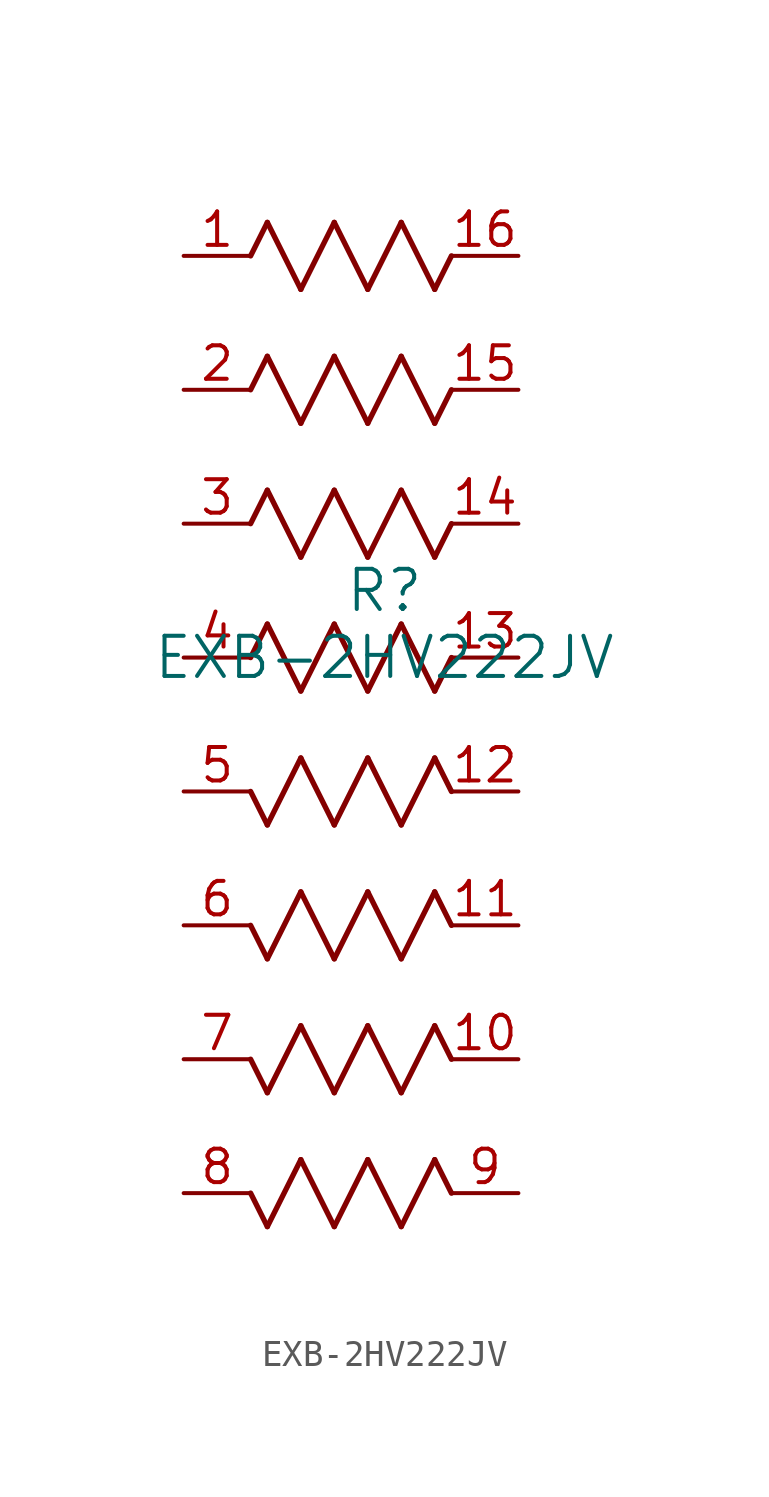
<source format=kicad_sym>
(kicad_symbol_lib
  (version 20211014)
  (generator kicad_symbol_editor)
  (symbol "EXB-2HV222JV"
    (pin_names
      (offset 0.254))
    (property "Reference" "R"
      (at 7.62 -12.7 0)
      (effects (font (size 1.524 1.524))))
    (property "Value" "EXB-2HV222JV"
      (at 7.62 -15.24 0)
      (effects (font (size 1.524 1.524))))
    (symbol "EXB-2HV222JV_0_1"
      (polyline (pts (xy 3.175 1.27) (xy 4.445 -1.27)) (stroke (width 0.203) (type default) (color 0 0 0 0)) (fill (type none)))
      (polyline (pts (xy 4.445 -1.27) (xy 5.715 1.27)) (stroke (width 0.203) (type default) (color 0 0 0 0)) (fill (type none)))
      (polyline (pts (xy 5.715 1.27) (xy 6.985 -1.27)) (stroke (width 0.203) (type default) (color 0 0 0 0)) (fill (type none)))
      (polyline (pts (xy 6.985 -1.27) (xy 8.255 1.27)) (stroke (width 0.203) (type default) (color 0 0 0 0)) (fill (type none)))
      (polyline (pts (xy 8.255 1.27) (xy 9.525 -1.27)) (stroke (width 0.203) (type default) (color 0 0 0 0)) (fill (type none)))
      (polyline (pts (xy 2.54 0) (xy 3.175 1.27)) (stroke (width 0.203) (type default) (color 0 0 0 0)) (fill (type none)))
      (polyline (pts (xy 9.525 -1.27) (xy 10.16 0)) (stroke (width 0.203) (type default) (color 0 0 0 0)) (fill (type none)))
      (polyline (pts (xy 3.175 -3.81) (xy 4.445 -6.35)) (stroke (width 0.203) (type default) (color 0 0 0 0)) (fill (type none)))
      (polyline (pts (xy 4.445 -6.35) (xy 5.715 -3.81)) (stroke (width 0.203) (type default) (color 0 0 0 0)) (fill (type none)))
      (polyline (pts (xy 5.715 -3.81) (xy 6.985 -6.35)) (stroke (width 0.203) (type default) (color 0 0 0 0)) (fill (type none)))
      (polyline (pts (xy 6.985 -6.35) (xy 8.255 -3.81)) (stroke (width 0.203) (type default) (color 0 0 0 0)) (fill (type none)))
      (polyline (pts (xy 8.255 -3.81) (xy 9.525 -6.35)) (stroke (width 0.203) (type default) (color 0 0 0 0)) (fill (type none)))
      (polyline (pts (xy 2.54 -5.08) (xy 3.175 -3.81)) (stroke (width 0.203) (type default) (color 0 0 0 0)) (fill (type none)))
      (polyline (pts (xy 9.525 -6.35) (xy 10.16 -5.08)) (stroke (width 0.203) (type default) (color 0 0 0 0)) (fill (type none)))
      (polyline (pts (xy 3.175 -8.89) (xy 4.445 -11.43)) (stroke (width 0.203) (type default) (color 0 0 0 0)) (fill (type none)))
      (polyline (pts (xy 4.445 -11.43) (xy 5.715 -8.89)) (stroke (width 0.203) (type default) (color 0 0 0 0)) (fill (type none)))
      (polyline (pts (xy 5.715 -8.89) (xy 6.985 -11.43)) (stroke (width 0.203) (type default) (color 0 0 0 0)) (fill (type none)))
      (polyline (pts (xy 6.985 -11.43) (xy 8.255 -8.89)) (stroke (width 0.203) (type default) (color 0 0 0 0)) (fill (type none)))
      (polyline (pts (xy 8.255 -8.89) (xy 9.525 -11.43)) (stroke (width 0.203) (type default) (color 0 0 0 0)) (fill (type none)))
      (polyline (pts (xy 2.54 -10.16) (xy 3.175 -8.89)) (stroke (width 0.203) (type default) (color 0 0 0 0)) (fill (type none)))
      (polyline (pts (xy 9.525 -11.43) (xy 10.16 -10.16)) (stroke (width 0.203) (type default) (color 0 0 0 0)) (fill (type none)))
      (polyline (pts (xy 3.175 -13.97) (xy 4.445 -16.51)) (stroke (width 0.203) (type default) (color 0 0 0 0)) (fill (type none)))
      (polyline (pts (xy 4.445 -16.51) (xy 5.715 -13.97)) (stroke (width 0.203) (type default) (color 0 0 0 0)) (fill (type none)))
      (polyline (pts (xy 5.715 -13.97) (xy 6.985 -16.51)) (stroke (width 0.203) (type default) (color 0 0 0 0)) (fill (type none)))
      (polyline (pts (xy 6.985 -16.51) (xy 8.255 -13.97)) (stroke (width 0.203) (type default) (color 0 0 0 0)) (fill (type none)))
      (polyline (pts (xy 8.255 -13.97) (xy 9.525 -16.51)) (stroke (width 0.203) (type default) (color 0 0 0 0)) (fill (type none)))
      (polyline (pts (xy 2.54 -15.24) (xy 3.175 -13.97)) (stroke (width 0.203) (type default) (color 0 0 0 0)) (fill (type none)))
      (polyline (pts (xy 9.525 -16.51) (xy 10.16 -15.24)) (stroke (width 0.203) (type default) (color 0 0 0 0)) (fill (type none)))
      (polyline (pts (xy 9.525 -34.29) (xy 8.255 -36.83)) (stroke (width 0.203) (type default) (color 0 0 0 0)) (fill (type none)))
      (polyline (pts (xy 8.255 -36.83) (xy 6.985 -34.29)) (stroke (width 0.203) (type default) (color 0 0 0 0)) (fill (type none)))
      (polyline (pts (xy 6.985 -34.29) (xy 5.715 -36.83)) (stroke (width 0.203) (type default) (color 0 0 0 0)) (fill (type none)))
      (polyline (pts (xy 5.715 -36.83) (xy 4.445 -34.29)) (stroke (width 0.203) (type default) (color 0 0 0 0)) (fill (type none)))
      (polyline (pts (xy 4.445 -34.29) (xy 3.175 -36.83)) (stroke (width 0.203) (type default) (color 0 0 0 0)) (fill (type none)))
      (polyline (pts (xy 10.16 -35.56) (xy 9.525 -34.29)) (stroke (width 0.203) (type default) (color 0 0 0 0)) (fill (type none)))
      (polyline (pts (xy 3.175 -36.83) (xy 2.54 -35.56)) (stroke (width 0.203) (type default) (color 0 0 0 0)) (fill (type none)))
      (polyline (pts (xy 9.525 -29.21) (xy 8.255 -31.75)) (stroke (width 0.203) (type default) (color 0 0 0 0)) (fill (type none)))
      (polyline (pts (xy 8.255 -31.75) (xy 6.985 -29.21)) (stroke (width 0.203) (type default) (color 0 0 0 0)) (fill (type none)))
      (polyline (pts (xy 6.985 -29.21) (xy 5.715 -31.75)) (stroke (width 0.203) (type default) (color 0 0 0 0)) (fill (type none)))
      (polyline (pts (xy 5.715 -31.75) (xy 4.445 -29.21)) (stroke (width 0.203) (type default) (color 0 0 0 0)) (fill (type none)))
      (polyline (pts (xy 4.445 -29.21) (xy 3.175 -31.75)) (stroke (width 0.203) (type default) (color 0 0 0 0)) (fill (type none)))
      (polyline (pts (xy 10.16 -30.48) (xy 9.525 -29.21)) (stroke (width 0.203) (type default) (color 0 0 0 0)) (fill (type none)))
      (polyline (pts (xy 3.175 -31.75) (xy 2.54 -30.48)) (stroke (width 0.203) (type default) (color 0 0 0 0)) (fill (type none)))
      (polyline (pts (xy 9.525 -24.13) (xy 8.255 -26.67)) (stroke (width 0.203) (type default) (color 0 0 0 0)) (fill (type none)))
      (polyline (pts (xy 8.255 -26.67) (xy 6.985 -24.13)) (stroke (width 0.203) (type default) (color 0 0 0 0)) (fill (type none)))
      (polyline (pts (xy 6.985 -24.13) (xy 5.715 -26.67)) (stroke (width 0.203) (type default) (color 0 0 0 0)) (fill (type none)))
      (polyline (pts (xy 5.715 -26.67) (xy 4.445 -24.13)) (stroke (width 0.203) (type default) (color 0 0 0 0)) (fill (type none)))
      (polyline (pts (xy 4.445 -24.13) (xy 3.175 -26.67)) (stroke (width 0.203) (type default) (color 0 0 0 0)) (fill (type none)))
      (polyline (pts (xy 10.16 -25.4) (xy 9.525 -24.13)) (stroke (width 0.203) (type default) (color 0 0 0 0)) (fill (type none)))
      (polyline (pts (xy 3.175 -26.67) (xy 2.54 -25.4)) (stroke (width 0.203) (type default) (color 0 0 0 0)) (fill (type none)))
      (polyline (pts (xy 9.525 -19.05) (xy 8.255 -21.59)) (stroke (width 0.203) (type default) (color 0 0 0 0)) (fill (type none)))
      (polyline (pts (xy 8.255 -21.59) (xy 6.985 -19.05)) (stroke (width 0.203) (type default) (color 0 0 0 0)) (fill (type none)))
      (polyline (pts (xy 6.985 -19.05) (xy 5.715 -21.59)) (stroke (width 0.203) (type default) (color 0 0 0 0)) (fill (type none)))
      (polyline (pts (xy 5.715 -21.59) (xy 4.445 -19.05)) (stroke (width 0.203) (type default) (color 0 0 0 0)) (fill (type none)))
      (polyline (pts (xy 4.445 -19.05) (xy 3.175 -21.59)) (stroke (width 0.203) (type default) (color 0 0 0 0)) (fill (type none)))
      (polyline (pts (xy 10.16 -20.32) (xy 9.525 -19.05)) (stroke (width 0.203) (type default) (color 0 0 0 0)) (fill (type none)))
      (polyline (pts (xy 3.175 -21.59) (xy 2.54 -20.32)) (stroke (width 0.203) (type default) (color 0 0 0 0)) (fill (type none)))
      (pin unspecified line (at 0 0 0) (length 2.54) (name "" (effects (font (size 1.27 1.27)))) (number "1" (effects (font (size 1.27 1.27)))))
      (pin unspecified line (at 12.7 0 180) (length 2.54) (name "" (effects (font (size 1.27 1.27)))) (number "16" (effects (font (size 1.27 1.27)))))
      (pin unspecified line (at 0 -5.08 0) (length 2.54) (name "" (effects (font (size 1.27 1.27)))) (number "2" (effects (font (size 1.27 1.27)))))
      (pin unspecified line (at 12.7 -5.08 180) (length 2.54) (name "" (effects (font (size 1.27 1.27)))) (number "15" (effects (font (size 1.27 1.27)))))
      (pin unspecified line (at 0 -10.16 0) (length 2.54) (name "" (effects (font (size 1.27 1.27)))) (number "3" (effects (font (size 1.27 1.27)))))
      (pin unspecified line (at 12.7 -10.16 180) (length 2.54) (name "" (effects (font (size 1.27 1.27)))) (number "14" (effects (font (size 1.27 1.27)))))
      (pin unspecified line (at 0 -15.24 0) (length 2.54) (name "" (effects (font (size 1.27 1.27)))) (number "4" (effects (font (size 1.27 1.27)))))
      (pin unspecified line (at 12.7 -15.24 180) (length 2.54) (name "" (effects (font (size 1.27 1.27)))) (number "13" (effects (font (size 1.27 1.27)))))
      (pin unspecified line (at 12.7 -30.48 180) (length 2.54) (name "" (effects (font (size 1.27 1.27)))) (number "10" (effects (font (size 1.27 1.27)))))
      (pin unspecified line (at 12.7 -25.4 180) (length 2.54) (name "" (effects (font (size 1.27 1.27)))) (number "11" (effects (font (size 1.27 1.27)))))
      (pin unspecified line (at 12.7 -20.32 180) (length 2.54) (name "" (effects (font (size 1.27 1.27)))) (number "12" (effects (font (size 1.27 1.27)))))
      (pin unspecified line (at 12.7 -35.56 180) (length 2.54) (name "" (effects (font (size 1.27 1.27)))) (number "9" (effects (font (size 1.27 1.27)))))
      (pin unspecified line (at 0 -35.56 0) (length 2.54) (name "" (effects (font (size 1.27 1.27)))) (number "8" (effects (font (size 1.27 1.27)))))
      (pin unspecified line (at 0 -30.48 0) (length 2.54) (name "" (effects (font (size 1.27 1.27)))) (number "7" (effects (font (size 1.27 1.27)))))
      (pin unspecified line (at 0 -25.4 0) (length 2.54) (name "" (effects (font (size 1.27 1.27)))) (number "6" (effects (font (size 1.27 1.27)))))
      (pin unspecified line (at 0 -20.32 0) (length 2.54) (name "" (effects (font (size 1.27 1.27)))) (number "5" (effects (font (size 1.27 1.27))))))))
</source>
